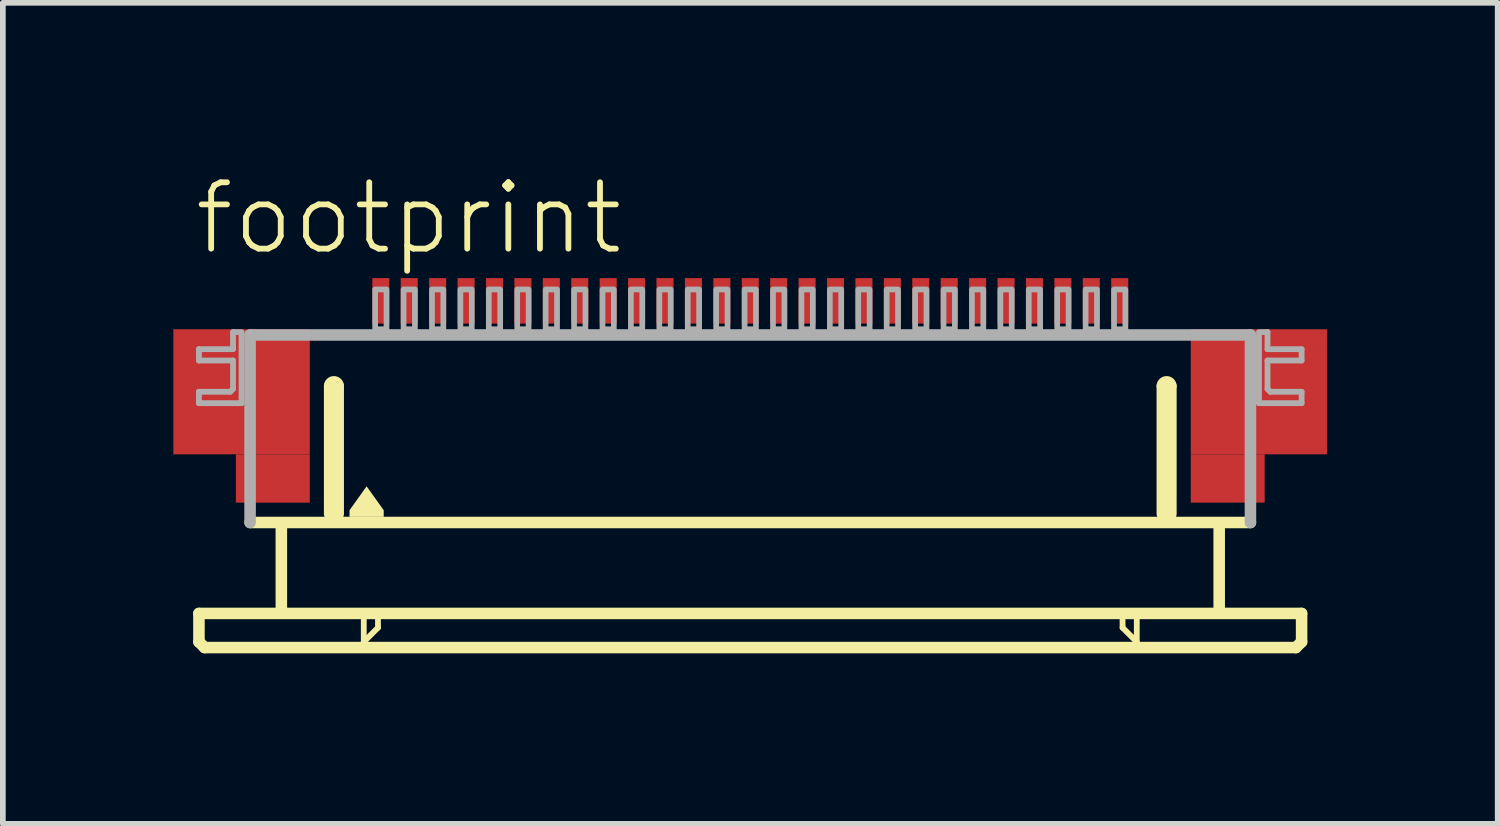
<source format=kicad_pcb>
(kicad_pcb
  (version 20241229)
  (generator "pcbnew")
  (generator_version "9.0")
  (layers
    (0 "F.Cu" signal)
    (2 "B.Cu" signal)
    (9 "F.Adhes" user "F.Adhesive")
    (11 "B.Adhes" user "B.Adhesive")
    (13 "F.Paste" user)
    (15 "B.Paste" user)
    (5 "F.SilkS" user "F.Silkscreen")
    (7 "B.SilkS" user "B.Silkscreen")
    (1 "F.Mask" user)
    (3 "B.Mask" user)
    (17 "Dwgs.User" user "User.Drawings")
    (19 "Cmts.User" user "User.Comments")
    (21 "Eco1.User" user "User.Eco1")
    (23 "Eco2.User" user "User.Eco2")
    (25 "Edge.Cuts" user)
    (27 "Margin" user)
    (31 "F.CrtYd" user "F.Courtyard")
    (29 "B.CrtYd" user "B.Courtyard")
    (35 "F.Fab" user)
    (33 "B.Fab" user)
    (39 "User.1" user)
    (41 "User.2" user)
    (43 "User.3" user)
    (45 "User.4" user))
  (footprint "footprint"
    (layer "F.Cu")
    (at 10.15 4.743)
    (property "Reference" "footprint" (at -9.83 -3.27 0) (layer "F.SilkS") (effects (font (size 1.168 1.168) (thickness 0.102)) (justify left bottom)))
    (fp_poly (pts (xy -10.15 0.2) (xy -7.75 0.2) (xy -7.75 -2) (xy -10.15 -2)) (stroke (width 0) (type solid)) (fill yes) (layer "F.Cu"))
    (fp_poly (pts (xy -9.05 1.05) (xy -7.75 1.05) (xy -7.75 0.2) (xy -9.05 0.2)) (stroke (width 0) (type solid)) (fill yes) (layer "F.Cu"))
    (fp_poly (pts (xy 7.75 0.2) (xy 10.15 0.2) (xy 10.15 -2) (xy 7.75 -2)) (stroke (width 0) (type solid)) (fill yes) (layer "F.Cu"))
    (fp_poly (pts (xy 7.75 1.05) (xy 9.05 1.05) (xy 9.05 0.2) (xy 7.75 0.2)) (stroke (width 0) (type solid)) (fill yes) (layer "F.Cu"))
    (fp_poly (pts (xy -10.15 0.2) (xy -9 0.2) (xy -9 -2) (xy -10.15 -2)) (stroke (width 0) (type solid)) (fill yes) (layer "F.Mask"))
    (fp_poly (pts (xy -9.05 1.05) (xy -7.75 1.05) (xy -7.75 -2) (xy -9.05 -2)) (stroke (width 0) (type solid)) (fill yes) (layer "F.Mask"))
    (fp_poly (pts (xy 9.05 -2) (xy 7.75 -2) (xy 7.75 1.05) (xy 9.05 1.05)) (stroke (width 0) (type solid)) (fill yes) (layer "F.Mask"))
    (fp_poly (pts (xy 10.15 -2) (xy 9 -2) (xy 9 0.2) (xy 10.15 0.2)) (stroke (width 0) (type solid)) (fill yes) (layer "F.Mask"))
    (fp_line (start -9.7 3) (end -9.7 3.5) (stroke (width 0.203) (type solid)) (layer "F.SilkS"))
    (fp_line (start -9.7 3.5) (end -9.6 3.6) (stroke (width 0.203) (type solid)) (layer "F.SilkS"))
    (fp_line (start -9.6 3.6) (end 9.6 3.6) (stroke (width 0.203) (type solid)) (layer "F.SilkS"))
    (fp_line (start -8.25 1.5) (end -8.25 2.9) (stroke (width 0.203) (type solid)) (layer "F.SilkS"))
    (fp_line (start -7.4 1.25) (end -7.4 -1) (stroke (width 0.203) (type solid)) (layer "F.SilkS"))
    (fp_line (start -7.25 -1) (end -7.25 1.25) (stroke (width 0.203) (type solid)) (layer "F.SilkS"))
    (fp_line (start -6.8 3.1) (end -6.8 3.5) (stroke (width 0.102) (type solid)) (layer "F.SilkS"))
    (fp_line (start -6.8 3.5) (end -6.55 3.25) (stroke (width 0.102) (type solid)) (layer "F.SilkS"))
    (fp_line (start -6.55 3.25) (end -6.55 3.1) (stroke (width 0.102) (type solid)) (layer "F.SilkS"))
    (fp_line (start 6.55 3.1) (end 6.55 3.25) (stroke (width 0.102) (type solid)) (layer "F.SilkS"))
    (fp_line (start 6.55 3.25) (end 6.8 3.5) (stroke (width 0.102) (type solid)) (layer "F.SilkS"))
    (fp_line (start 6.8 3.5) (end 6.8 3.1) (stroke (width 0.102) (type solid)) (layer "F.SilkS"))
    (fp_line (start 7.25 1.25) (end 7.25 -1) (stroke (width 0.203) (type solid)) (layer "F.SilkS"))
    (fp_line (start 7.4 -1) (end 7.4 1.25) (stroke (width 0.203) (type solid)) (layer "F.SilkS"))
    (fp_line (start 8.25 1.5) (end 8.25 2.9) (stroke (width 0.203) (type solid)) (layer "F.SilkS"))
    (fp_line (start 8.8 1.4) (end -8.8 1.4) (stroke (width 0.203) (type solid)) (layer "F.SilkS"))
    (fp_line (start 9.6 3.6) (end 9.7 3.5) (stroke (width 0.203) (type solid)) (layer "F.SilkS"))
    (fp_line (start 9.7 3) (end -9.7 3) (stroke (width 0.203) (type solid)) (layer "F.SilkS"))
    (fp_line (start 9.7 3.5) (end 9.7 3) (stroke (width 0.203) (type solid)) (layer "F.SilkS"))
    (fp_arc (start -7.4 -1) (mid -7.325 -1.075) (end -7.25 -1) (stroke (width 0.2032) (type solid)) (layer "F.SilkS"))
    (fp_arc (start 7.25 -1) (mid 7.325 -1.075) (end 7.4 -1) (stroke (width 0.2032) (type solid)) (layer "F.SilkS"))
    (fp_poly (pts (xy -6.449 1.184) (xy -6.449 1.301) (xy -7.051 1.301) (xy -7.051 1.184) (xy -6.75 0.763)) (stroke (width 0) (type solid)) (fill yes) (layer "F.SilkS"))
    (fp_poly (pts (xy -9.95 0.05) (xy -7.95 0.05) (xy -7.95 -1.85) (xy -9.95 -1.85)) (stroke (width 0) (type solid)) (fill yes) (layer "F.Paste"))
    (fp_poly (pts (xy 9.95 -1.85) (xy 7.95 -1.85) (xy 7.95 0.05) (xy 9.95 0.05)) (stroke (width 0) (type solid)) (fill yes) (layer "F.Paste"))
    (fp_line (start -9.7 -1.65) (end -9.7 -1.45) (stroke (width 0.102) (type solid)) (layer "F.Fab"))
    (fp_line (start -9.7 -1.45) (end -9.1 -1.45) (stroke (width 0.102) (type solid)) (layer "F.Fab"))
    (fp_line (start -9.7 -0.9) (end -9.7 -0.7) (stroke (width 0.102) (type solid)) (layer "F.Fab"))
    (fp_line (start -9.7 -0.7) (end -8.95 -0.7) (stroke (width 0.102) (type solid)) (layer "F.Fab"))
    (fp_line (start -9.15 -0.9) (end -9.7 -0.9) (stroke (width 0.102) (type solid)) (layer "F.Fab"))
    (fp_line (start -9.1 -1.95) (end -9.1 -1.65) (stroke (width 0.102) (type solid)) (layer "F.Fab"))
    (fp_line (start -9.1 -1.65) (end -9.7 -1.65) (stroke (width 0.102) (type solid)) (layer "F.Fab"))
    (fp_line (start -9.1 -1.45) (end -9.1 -0.95) (stroke (width 0.102) (type solid)) (layer "F.Fab"))
    (fp_line (start -9.1 -0.95) (end -9.15 -0.9) (stroke (width 0.102) (type solid)) (layer "F.Fab"))
    (fp_line (start -8.95 -1.95) (end -9.1 -1.95) (stroke (width 0.102) (type solid)) (layer "F.Fab"))
    (fp_line (start -8.95 -0.7) (end -8.95 -1.9) (stroke (width 0.102) (type solid)) (layer "F.Fab"))
    (fp_line (start -8.8 -1.9) (end 8.8 -1.9) (stroke (width 0.203) (type solid)) (layer "F.Fab"))
    (fp_line (start -8.8 1.4) (end -8.8 -1.9) (stroke (width 0.203) (type solid)) (layer "F.Fab"))
    (fp_line (start 8.8 -1.9) (end 8.8 1.4) (stroke (width 0.203) (type solid)) (layer "F.Fab"))
    (fp_line (start 8.95 -1.95) (end 9.1 -1.95) (stroke (width 0.102) (type solid)) (layer "F.Fab"))
    (fp_line (start 8.95 -0.7) (end 8.95 -1.9) (stroke (width 0.102) (type solid)) (layer "F.Fab"))
    (fp_line (start 9.1 -1.95) (end 9.1 -1.65) (stroke (width 0.102) (type solid)) (layer "F.Fab"))
    (fp_line (start 9.1 -1.65) (end 9.7 -1.65) (stroke (width 0.102) (type solid)) (layer "F.Fab"))
    (fp_line (start 9.1 -1.45) (end 9.1 -0.95) (stroke (width 0.102) (type solid)) (layer "F.Fab"))
    (fp_line (start 9.1 -0.95) (end 9.15 -0.9) (stroke (width 0.102) (type solid)) (layer "F.Fab"))
    (fp_line (start 9.15 -0.9) (end 9.7 -0.9) (stroke (width 0.102) (type solid)) (layer "F.Fab"))
    (fp_line (start 9.7 -1.65) (end 9.7 -1.45) (stroke (width 0.102) (type solid)) (layer "F.Fab"))
    (fp_line (start 9.7 -1.45) (end 9.1 -1.45) (stroke (width 0.102) (type solid)) (layer "F.Fab"))
    (fp_line (start 9.7 -0.9) (end 9.7 -0.7) (stroke (width 0.102) (type solid)) (layer "F.Fab"))
    (fp_line (start 9.7 -0.7) (end 8.95 -0.7) (stroke (width 0.102) (type solid)) (layer "F.Fab"))
    (fp_poly (pts (xy -6.6 -2) (xy -6.4 -2) (xy -6.4 -2.7) (xy -6.6 -2.7)) (stroke (width 0.1) (type solid)) (fill no) (layer "F.Fab"))
    (fp_poly (pts (xy -6.1 -2) (xy -5.9 -2) (xy -5.9 -2.7) (xy -6.1 -2.7)) (stroke (width 0.1) (type solid)) (fill no) (layer "F.Fab"))
    (fp_poly (pts (xy -5.6 -2) (xy -5.4 -2) (xy -5.4 -2.7) (xy -5.6 -2.7)) (stroke (width 0.1) (type solid)) (fill no) (layer "F.Fab"))
    (fp_poly (pts (xy -5.1 -2) (xy -4.9 -2) (xy -4.9 -2.7) (xy -5.1 -2.7)) (stroke (width 0.1) (type solid)) (fill no) (layer "F.Fab"))
    (fp_poly (pts (xy -4.6 -2) (xy -4.4 -2) (xy -4.4 -2.7) (xy -4.6 -2.7)) (stroke (width 0.1) (type solid)) (fill no) (layer "F.Fab"))
    (fp_poly (pts (xy -4.1 -2) (xy -3.9 -2) (xy -3.9 -2.7) (xy -4.1 -2.7)) (stroke (width 0.1) (type solid)) (fill no) (layer "F.Fab"))
    (fp_poly (pts (xy -3.6 -2) (xy -3.4 -2) (xy -3.4 -2.7) (xy -3.6 -2.7)) (stroke (width 0.1) (type solid)) (fill no) (layer "F.Fab"))
    (fp_poly (pts (xy -3.1 -2) (xy -2.9 -2) (xy -2.9 -2.7) (xy -3.1 -2.7)) (stroke (width 0.1) (type solid)) (fill no) (layer "F.Fab"))
    (fp_poly (pts (xy -2.6 -2) (xy -2.4 -2) (xy -2.4 -2.7) (xy -2.6 -2.7)) (stroke (width 0.1) (type solid)) (fill no) (layer "F.Fab"))
    (fp_poly (pts (xy -2.1 -2) (xy -1.9 -2) (xy -1.9 -2.7) (xy -2.1 -2.7)) (stroke (width 0.1) (type solid)) (fill no) (layer "F.Fab"))
    (fp_poly (pts (xy -1.6 -2) (xy -1.4 -2) (xy -1.4 -2.7) (xy -1.6 -2.7)) (stroke (width 0.1) (type solid)) (fill no) (layer "F.Fab"))
    (fp_poly (pts (xy -1.1 -2) (xy -0.9 -2) (xy -0.9 -2.7) (xy -1.1 -2.7)) (stroke (width 0.1) (type solid)) (fill no) (layer "F.Fab"))
    (fp_poly (pts (xy -0.6 -2) (xy -0.4 -2) (xy -0.4 -2.7) (xy -0.6 -2.7)) (stroke (width 0.1) (type solid)) (fill no) (layer "F.Fab"))
    (fp_poly (pts (xy -0.1 -2) (xy 0.1 -2) (xy 0.1 -2.7) (xy -0.1 -2.7)) (stroke (width 0.1) (type solid)) (fill no) (layer "F.Fab"))
    (fp_poly (pts (xy 0.4 -2) (xy 0.6 -2) (xy 0.6 -2.7) (xy 0.4 -2.7)) (stroke (width 0.1) (type solid)) (fill no) (layer "F.Fab"))
    (fp_poly (pts (xy 0.9 -2) (xy 1.1 -2) (xy 1.1 -2.7) (xy 0.9 -2.7)) (stroke (width 0.1) (type solid)) (fill no) (layer "F.Fab"))
    (fp_poly (pts (xy 1.4 -2) (xy 1.6 -2) (xy 1.6 -2.7) (xy 1.4 -2.7)) (stroke (width 0.1) (type solid)) (fill no) (layer "F.Fab"))
    (fp_poly (pts (xy 1.9 -2) (xy 2.1 -2) (xy 2.1 -2.7) (xy 1.9 -2.7)) (stroke (width 0.1) (type solid)) (fill no) (layer "F.Fab"))
    (fp_poly (pts (xy 2.4 -2) (xy 2.6 -2) (xy 2.6 -2.7) (xy 2.4 -2.7)) (stroke (width 0.1) (type solid)) (fill no) (layer "F.Fab"))
    (fp_poly (pts (xy 2.9 -2) (xy 3.1 -2) (xy 3.1 -2.7) (xy 2.9 -2.7)) (stroke (width 0.1) (type solid)) (fill no) (layer "F.Fab"))
    (fp_poly (pts (xy 3.4 -2) (xy 3.6 -2) (xy 3.6 -2.7) (xy 3.4 -2.7)) (stroke (width 0.1) (type solid)) (fill no) (layer "F.Fab"))
    (fp_poly (pts (xy 3.9 -2) (xy 4.1 -2) (xy 4.1 -2.7) (xy 3.9 -2.7)) (stroke (width 0.1) (type solid)) (fill no) (layer "F.Fab"))
    (fp_poly (pts (xy 4.4 -2) (xy 4.6 -2) (xy 4.6 -2.7) (xy 4.4 -2.7)) (stroke (width 0.1) (type solid)) (fill no) (layer "F.Fab"))
    (fp_poly (pts (xy 4.9 -2) (xy 5.1 -2) (xy 5.1 -2.7) (xy 4.9 -2.7)) (stroke (width 0.1) (type solid)) (fill no) (layer "F.Fab"))
    (fp_poly (pts (xy 5.4 -2) (xy 5.6 -2) (xy 5.6 -2.7) (xy 5.4 -2.7)) (stroke (width 0.1) (type solid)) (fill no) (layer "F.Fab"))
    (fp_poly (pts (xy 5.9 -2) (xy 6.1 -2) (xy 6.1 -2.7) (xy 5.9 -2.7)) (stroke (width 0.1) (type solid)) (fill no) (layer "F.Fab"))
    (fp_poly (pts (xy 6.4 -2) (xy 6.6 -2) (xy 6.6 -2.7) (xy 6.4 -2.7)) (stroke (width 0.1) (type solid)) (fill no) (layer "F.Fab"))
    (pad "1" smd rect (at -6.5 -2.5) (size 0.3 0.8) (layers "F.Cu" "F.Mask" "F.Paste"))
    (pad "2" smd rect (at -6 -2.5) (size 0.3 0.8) (layers "F.Cu" "F.Mask" "F.Paste"))
    (pad "3" smd rect (at -5.5 -2.5) (size 0.3 0.8) (layers "F.Cu" "F.Mask" "F.Paste"))
    (pad "4" smd rect (at -5 -2.5) (size 0.3 0.8) (layers "F.Cu" "F.Mask" "F.Paste"))
    (pad "5" smd rect (at -4.5 -2.5) (size 0.3 0.8) (layers "F.Cu" "F.Mask" "F.Paste"))
    (pad "6" smd rect (at -4 -2.5) (size 0.3 0.8) (layers "F.Cu" "F.Mask" "F.Paste"))
    (pad "7" smd rect (at -3.5 -2.5) (size 0.3 0.8) (layers "F.Cu" "F.Mask" "F.Paste"))
    (pad "8" smd rect (at -3 -2.5) (size 0.3 0.8) (layers "F.Cu" "F.Mask" "F.Paste"))
    (pad "9" smd rect (at -2.5 -2.5) (size 0.3 0.8) (layers "F.Cu" "F.Mask" "F.Paste"))
    (pad "10" smd rect (at -2 -2.5) (size 0.3 0.8) (layers "F.Cu" "F.Mask" "F.Paste"))
    (pad "11" smd rect (at -1.5 -2.5) (size 0.3 0.8) (layers "F.Cu" "F.Mask" "F.Paste"))
    (pad "12" smd rect (at -1 -2.5) (size 0.3 0.8) (layers "F.Cu" "F.Mask" "F.Paste"))
    (pad "13" smd rect (at -0.5 -2.5) (size 0.3 0.8) (layers "F.Cu" "F.Mask" "F.Paste"))
    (pad "14" smd rect (at 0 -2.5) (size 0.3 0.8) (layers "F.Cu" "F.Mask" "F.Paste"))
    (pad "15" smd rect (at 0.5 -2.5) (size 0.3 0.8) (layers "F.Cu" "F.Mask" "F.Paste"))
    (pad "16" smd rect (at 1 -2.5) (size 0.3 0.8) (layers "F.Cu" "F.Mask" "F.Paste"))
    (pad "17" smd rect (at 1.5 -2.5) (size 0.3 0.8) (layers "F.Cu" "F.Mask" "F.Paste"))
    (pad "18" smd rect (at 2 -2.5) (size 0.3 0.8) (layers "F.Cu" "F.Mask" "F.Paste"))
    (pad "19" smd rect (at 2.5 -2.5) (size 0.3 0.8) (layers "F.Cu" "F.Mask" "F.Paste"))
    (pad "20" smd rect (at 3 -2.5) (size 0.3 0.8) (layers "F.Cu" "F.Mask" "F.Paste"))
    (pad "21" smd rect (at 3.5 -2.5) (size 0.3 0.8) (layers "F.Cu" "F.Mask" "F.Paste"))
    (pad "22" smd rect (at 4 -2.5) (size 0.3 0.8) (layers "F.Cu" "F.Mask" "F.Paste"))
    (pad "23" smd rect (at 4.5 -2.5) (size 0.3 0.8) (layers "F.Cu" "F.Mask" "F.Paste"))
    (pad "24" smd rect (at 5 -2.5) (size 0.3 0.8) (layers "F.Cu" "F.Mask" "F.Paste"))
    (pad "25" smd rect (at 5.5 -2.5) (size 0.3 0.8) (layers "F.Cu" "F.Mask" "F.Paste"))
    (pad "26" smd rect (at 6 -2.5) (size 0.3 0.8) (layers "F.Cu" "F.Mask" "F.Paste"))
    (pad "27" smd rect (at 6.5 -2.5) (size 0.3 0.8) (layers "F.Cu" "F.Mask" "F.Paste")))
  (gr_rect
    (start -3 -3)
    (end 23.3 11.445)
    (stroke (width 0.1) (type default))
    (fill no)
    (layer "Edge.Cuts")))
</source>
